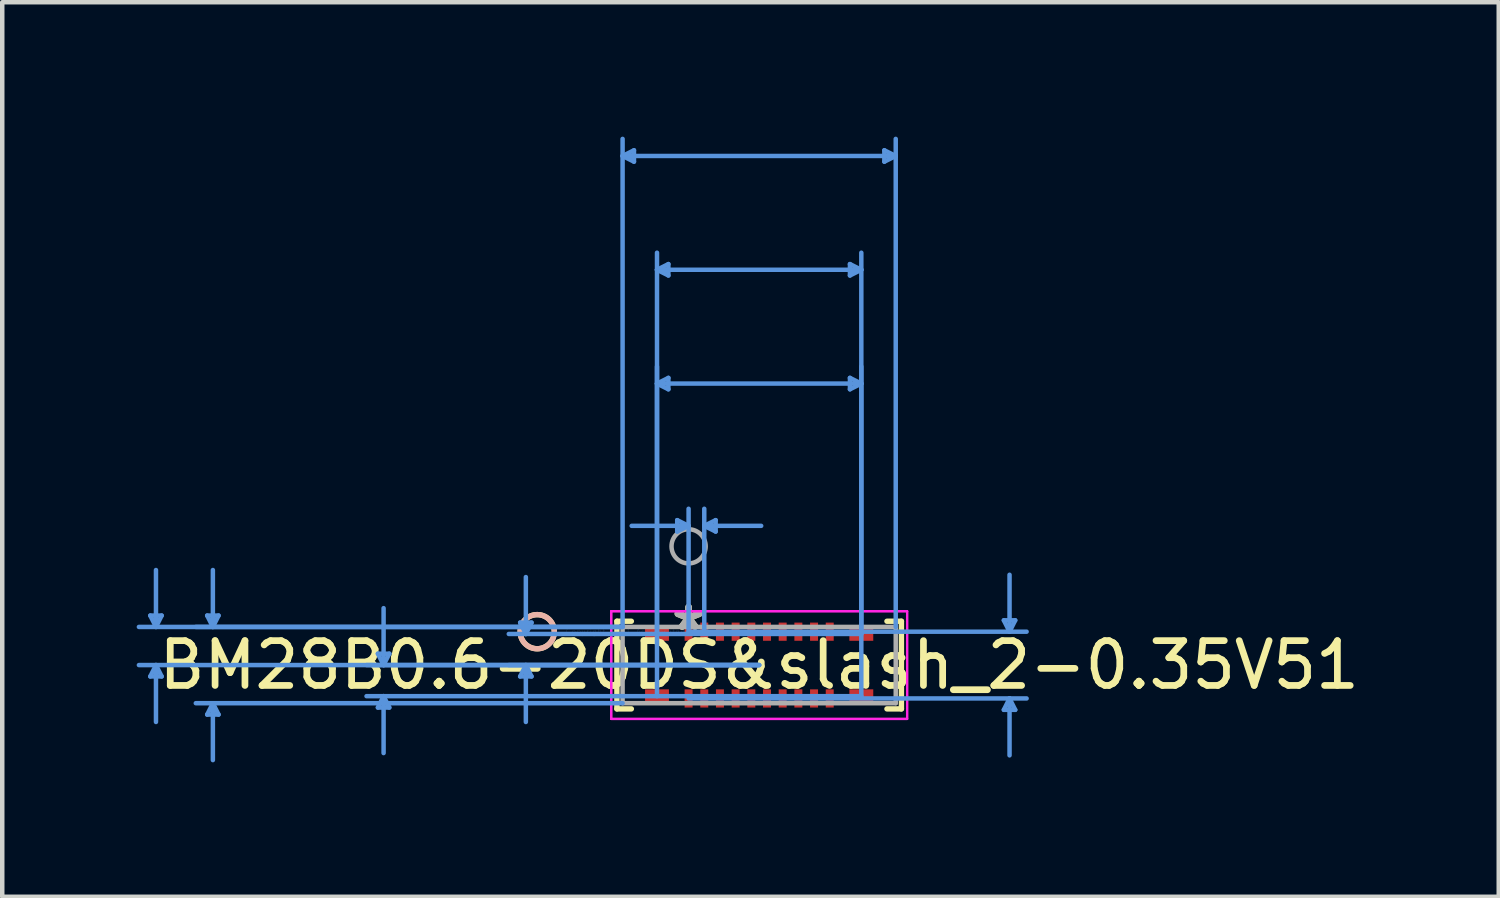
<source format=kicad_pcb>
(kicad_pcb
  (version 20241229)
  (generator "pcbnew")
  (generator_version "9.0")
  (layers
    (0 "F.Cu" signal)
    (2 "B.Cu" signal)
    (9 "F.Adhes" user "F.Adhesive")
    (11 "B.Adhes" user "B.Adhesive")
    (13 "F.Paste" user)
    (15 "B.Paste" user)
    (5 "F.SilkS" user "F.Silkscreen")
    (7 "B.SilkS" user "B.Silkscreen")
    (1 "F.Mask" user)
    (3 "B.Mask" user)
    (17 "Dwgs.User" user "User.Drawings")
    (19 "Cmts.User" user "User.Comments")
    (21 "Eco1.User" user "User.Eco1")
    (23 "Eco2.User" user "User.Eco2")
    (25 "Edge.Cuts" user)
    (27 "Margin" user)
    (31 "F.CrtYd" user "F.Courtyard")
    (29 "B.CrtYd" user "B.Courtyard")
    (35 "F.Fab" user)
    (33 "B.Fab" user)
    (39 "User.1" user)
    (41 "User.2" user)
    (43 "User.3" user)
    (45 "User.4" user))
  (footprint "BM28B0.6-20DS&slash_2-0.35V51"
    (layer "F.Cu")
    (at 12.318 11.048)
    (property "Reference" "BM28B0.6-20DS&slash_2-0.35V51" (at 1.575 0.745 0) (layer "F.SilkS") (effects (font (size 1 1) (thickness 0.15))))
    (attr through_hole)
    (fp_line (start -1.6 -0.233) (end -1.6 1.723) (stroke (width 0.12) (type solid)) (layer "F.SilkS"))
    (fp_line (start -1.6 1.723) (end -1.277 1.723) (stroke (width 0.12) (type solid)) (layer "F.SilkS"))
    (fp_line (start -1.277 -0.233) (end -1.6 -0.233) (stroke (width 0.12) (type solid)) (layer "F.SilkS"))
    (fp_line (start 4.427 1.723) (end 4.75 1.723) (stroke (width 0.12) (type solid)) (layer "F.SilkS"))
    (fp_line (start 4.75 -0.233) (end 4.427 -0.233) (stroke (width 0.12) (type solid)) (layer "F.SilkS"))
    (fp_line (start 4.75 1.723) (end 4.75 -0.233) (stroke (width 0.12) (type solid)) (layer "F.SilkS"))
    (fp_circle (center -3.378 0) (end -2.997 0) (stroke (width 0.12) (type solid)) (fill no) (layer "F.SilkS"))
    (fp_circle (center -3.378 0) (end -2.997 0) (stroke (width 0.12) (type solid)) (fill no) (layer "B.SilkS"))
    (fp_line (start -12.014 -0.36) (end -11.76 -0.36) (stroke (width 0.1) (type solid)) (layer "Cmts.User"))
    (fp_line (start -12.014 0.999) (end -11.76 0.999) (stroke (width 0.1) (type solid)) (layer "Cmts.User"))
    (fp_line (start -11.887 -0.106) (end -12.014 -0.36) (stroke (width 0.1) (type solid)) (layer "Cmts.User"))
    (fp_line (start -11.887 -0.106) (end -11.887 -1.376) (stroke (width 0.1) (type solid)) (layer "Cmts.User"))
    (fp_line (start -11.887 -0.106) (end -11.76 -0.36) (stroke (width 0.1) (type solid)) (layer "Cmts.User"))
    (fp_line (start -11.887 0.745) (end -12.014 0.999) (stroke (width 0.1) (type solid)) (layer "Cmts.User"))
    (fp_line (start -11.887 0.745) (end -11.887 2.015) (stroke (width 0.1) (type solid)) (layer "Cmts.User"))
    (fp_line (start -11.887 0.745) (end -11.76 0.999) (stroke (width 0.1) (type solid)) (layer "Cmts.User"))
    (fp_line (start -10.744 -0.36) (end -10.49 -0.36) (stroke (width 0.1) (type solid)) (layer "Cmts.User"))
    (fp_line (start -10.744 1.85) (end -10.49 1.85) (stroke (width 0.1) (type solid)) (layer "Cmts.User"))
    (fp_line (start -10.617 -0.106) (end -10.744 -0.36) (stroke (width 0.1) (type solid)) (layer "Cmts.User"))
    (fp_line (start -10.617 -0.106) (end -10.617 -1.376) (stroke (width 0.1) (type solid)) (layer "Cmts.User"))
    (fp_line (start -10.617 -0.106) (end -10.49 -0.36) (stroke (width 0.1) (type solid)) (layer "Cmts.User"))
    (fp_line (start -10.617 1.596) (end -10.744 1.85) (stroke (width 0.1) (type solid)) (layer "Cmts.User"))
    (fp_line (start -10.617 1.596) (end -10.617 2.866) (stroke (width 0.1) (type solid)) (layer "Cmts.User"))
    (fp_line (start -10.617 1.596) (end -10.49 1.85) (stroke (width 0.1) (type solid)) (layer "Cmts.User"))
    (fp_line (start -6.934 0.491) (end -6.68 0.491) (stroke (width 0.1) (type solid)) (layer "Cmts.User"))
    (fp_line (start -6.934 1.693) (end -6.68 1.693) (stroke (width 0.1) (type solid)) (layer "Cmts.User"))
    (fp_line (start -6.807 0.745) (end -6.934 0.491) (stroke (width 0.1) (type solid)) (layer "Cmts.User"))
    (fp_line (start -6.807 0.745) (end -6.807 -0.525) (stroke (width 0.1) (type solid)) (layer "Cmts.User"))
    (fp_line (start -6.807 0.745) (end -6.68 0.491) (stroke (width 0.1) (type solid)) (layer "Cmts.User"))
    (fp_line (start -6.807 1.439) (end -6.934 1.693) (stroke (width 0.1) (type solid)) (layer "Cmts.User"))
    (fp_line (start -6.807 1.439) (end -6.807 2.709) (stroke (width 0.1) (type solid)) (layer "Cmts.User"))
    (fp_line (start -6.807 1.439) (end -6.68 1.693) (stroke (width 0.1) (type solid)) (layer "Cmts.User"))
    (fp_line (start -3.759 -0.203) (end -3.505 -0.203) (stroke (width 0.1) (type solid)) (layer "Cmts.User"))
    (fp_line (start -3.759 0.999) (end -3.505 0.999) (stroke (width 0.1) (type solid)) (layer "Cmts.User"))
    (fp_line (start -3.632 0.051) (end -3.759 -0.203) (stroke (width 0.1) (type solid)) (layer "Cmts.User"))
    (fp_line (start -3.632 0.051) (end -3.632 -1.219) (stroke (width 0.1) (type solid)) (layer "Cmts.User"))
    (fp_line (start -3.632 0.051) (end -3.505 -0.203) (stroke (width 0.1) (type solid)) (layer "Cmts.User"))
    (fp_line (start -3.632 0.745) (end -3.759 0.999) (stroke (width 0.1) (type solid)) (layer "Cmts.User"))
    (fp_line (start -3.632 0.745) (end -3.632 2.015) (stroke (width 0.1) (type solid)) (layer "Cmts.User"))
    (fp_line (start -3.632 0.745) (end -3.505 0.999) (stroke (width 0.1) (type solid)) (layer "Cmts.User"))
    (fp_line (start -1.473 -10.617) (end -1.219 -10.744) (stroke (width 0.1) (type solid)) (layer "Cmts.User"))
    (fp_line (start -1.473 -10.617) (end -1.219 -10.49) (stroke (width 0.1) (type solid)) (layer "Cmts.User"))
    (fp_line (start -1.473 -10.617) (end 4.623 -10.617) (stroke (width 0.1) (type solid)) (layer "Cmts.User"))
    (fp_line (start -1.473 -0.106) (end -12.268 -0.106) (stroke (width 0.1) (type solid)) (layer "Cmts.User"))
    (fp_line (start -1.473 -0.106) (end -10.998 -0.106) (stroke (width 0.1) (type solid)) (layer "Cmts.User"))
    (fp_line (start -1.473 -0.106) (end -1.473 -10.998) (stroke (width 0.1) (type solid)) (layer "Cmts.User"))
    (fp_line (start -1.473 1.596) (end -10.998 1.596) (stroke (width 0.1) (type solid)) (layer "Cmts.User"))
    (fp_line (start -1.219 -10.744) (end -1.219 -10.49) (stroke (width 0.1) (type solid)) (layer "Cmts.User"))
    (fp_line (start -0.705 -5.537) (end -0.451 -5.664) (stroke (width 0.1) (type solid)) (layer "Cmts.User"))
    (fp_line (start -0.705 -5.537) (end -0.451 -5.41) (stroke (width 0.1) (type solid)) (layer "Cmts.User"))
    (fp_line (start -0.705 -5.537) (end 3.855 -5.537) (stroke (width 0.1) (type solid)) (layer "Cmts.User"))
    (fp_line (start -0.705 1.439) (end -0.705 -5.918) (stroke (width 0.1) (type solid)) (layer "Cmts.User"))
    (fp_line (start -0.705 -8.077) (end -0.451 -8.204) (stroke (width 0.1) (type solid)) (layer "Cmts.User"))
    (fp_line (start -0.705 -8.077) (end -0.451 -7.95) (stroke (width 0.1) (type solid)) (layer "Cmts.User"))
    (fp_line (start -0.705 -8.077) (end 3.855 -8.077) (stroke (width 0.1) (type solid)) (layer "Cmts.User"))
    (fp_line (start -0.705 0.051) (end -0.705 -8.458) (stroke (width 0.1) (type solid)) (layer "Cmts.User"))
    (fp_line (start -0.451 -5.664) (end -0.451 -5.41) (stroke (width 0.1) (type solid)) (layer "Cmts.User"))
    (fp_line (start -0.451 -8.204) (end -0.451 -7.95) (stroke (width 0.1) (type solid)) (layer "Cmts.User"))
    (fp_line (start -0.254 -2.489) (end -0.254 -2.235) (stroke (width 0.1) (type solid)) (layer "Cmts.User"))
    (fp_line (start 0 -2.362) (end -1.27 -2.362) (stroke (width 0.1) (type solid)) (layer "Cmts.User"))
    (fp_line (start 0 -2.362) (end -0.254 -2.489) (stroke (width 0.1) (type solid)) (layer "Cmts.User"))
    (fp_line (start 0 -2.362) (end -0.254 -2.235) (stroke (width 0.1) (type solid)) (layer "Cmts.User"))
    (fp_line (start 0 0) (end 0 -2.743) (stroke (width 0.1) (type solid)) (layer "Cmts.User"))
    (fp_line (start 0 0) (end 7.544 0) (stroke (width 0.1) (type solid)) (layer "Cmts.User"))
    (fp_line (start 0 1.49) (end 7.544 1.49) (stroke (width 0.1) (type solid)) (layer "Cmts.User"))
    (fp_line (start 0.35 -2.362) (end 0.604 -2.489) (stroke (width 0.1) (type solid)) (layer "Cmts.User"))
    (fp_line (start 0.35 -2.362) (end 0.604 -2.235) (stroke (width 0.1) (type solid)) (layer "Cmts.User"))
    (fp_line (start 0.35 -2.362) (end 1.62 -2.362) (stroke (width 0.1) (type solid)) (layer "Cmts.User"))
    (fp_line (start 0.35 0) (end 0.35 -2.743) (stroke (width 0.1) (type solid)) (layer "Cmts.User"))
    (fp_line (start 0.604 -2.489) (end 0.604 -2.235) (stroke (width 0.1) (type solid)) (layer "Cmts.User"))
    (fp_line (start 1.575 0.745) (end -12.268 0.745) (stroke (width 0.1) (type solid)) (layer "Cmts.User"))
    (fp_line (start 1.575 0.745) (end -7.188 0.745) (stroke (width 0.1) (type solid)) (layer "Cmts.User"))
    (fp_line (start 1.575 0.745) (end -4.013 0.745) (stroke (width 0.1) (type solid)) (layer "Cmts.User"))
    (fp_line (start 3.601 -8.204) (end 3.601 -7.95) (stroke (width 0.1) (type solid)) (layer "Cmts.User"))
    (fp_line (start 3.601 -5.664) (end 3.601 -5.41) (stroke (width 0.1) (type solid)) (layer "Cmts.User"))
    (fp_line (start 3.855 -8.077) (end 3.601 -8.204) (stroke (width 0.1) (type solid)) (layer "Cmts.User"))
    (fp_line (start 3.855 -8.077) (end 3.601 -7.95) (stroke (width 0.1) (type solid)) (layer "Cmts.User"))
    (fp_line (start 3.855 0.051) (end -4.013 0.051) (stroke (width 0.1) (type solid)) (layer "Cmts.User"))
    (fp_line (start 3.855 0.051) (end 3.855 -8.458) (stroke (width 0.1) (type solid)) (layer "Cmts.User"))
    (fp_line (start 3.855 -5.537) (end 3.601 -5.664) (stroke (width 0.1) (type solid)) (layer "Cmts.User"))
    (fp_line (start 3.855 -5.537) (end 3.601 -5.41) (stroke (width 0.1) (type solid)) (layer "Cmts.User"))
    (fp_line (start 3.855 1.439) (end -7.188 1.439) (stroke (width 0.1) (type solid)) (layer "Cmts.User"))
    (fp_line (start 3.855 1.439) (end 3.855 -5.918) (stroke (width 0.1) (type solid)) (layer "Cmts.User"))
    (fp_line (start 4.369 -10.744) (end 4.369 -10.49) (stroke (width 0.1) (type solid)) (layer "Cmts.User"))
    (fp_line (start 4.623 -10.617) (end 4.369 -10.744) (stroke (width 0.1) (type solid)) (layer "Cmts.User"))
    (fp_line (start 4.623 -10.617) (end 4.369 -10.49) (stroke (width 0.1) (type solid)) (layer "Cmts.User"))
    (fp_line (start 4.623 -0.106) (end 4.623 -10.998) (stroke (width 0.1) (type solid)) (layer "Cmts.User"))
    (fp_line (start 7.036 -0.254) (end 7.29 -0.254) (stroke (width 0.1) (type solid)) (layer "Cmts.User"))
    (fp_line (start 7.036 1.744) (end 7.29 1.744) (stroke (width 0.1) (type solid)) (layer "Cmts.User"))
    (fp_line (start 7.163 0) (end 7.036 -0.254) (stroke (width 0.1) (type solid)) (layer "Cmts.User"))
    (fp_line (start 7.163 0) (end 7.163 -1.27) (stroke (width 0.1) (type solid)) (layer "Cmts.User"))
    (fp_line (start 7.163 0) (end 7.29 -0.254) (stroke (width 0.1) (type solid)) (layer "Cmts.User"))
    (fp_line (start 7.163 1.49) (end 7.036 1.744) (stroke (width 0.1) (type solid)) (layer "Cmts.User"))
    (fp_line (start 7.163 1.49) (end 7.163 2.76) (stroke (width 0.1) (type solid)) (layer "Cmts.User"))
    (fp_line (start 7.163 1.49) (end 7.29 1.744) (stroke (width 0.1) (type solid)) (layer "Cmts.User"))
    (fp_line (start -1.727 -0.457) (end -1.727 1.947) (stroke (width 0.05) (type solid)) (layer "F.CrtYd"))
    (fp_line (start -1.727 -0.457) (end -1.727 1.947) (stroke (width 0.05) (type solid)) (layer "F.CrtYd"))
    (fp_line (start -1.727 1.947) (end 4.877 1.947) (stroke (width 0.05) (type solid)) (layer "F.CrtYd"))
    (fp_line (start -1.727 1.947) (end 4.877 1.947) (stroke (width 0.05) (type solid)) (layer "F.CrtYd"))
    (fp_line (start 4.877 -0.457) (end -1.727 -0.457) (stroke (width 0.05) (type solid)) (layer "F.CrtYd"))
    (fp_line (start 4.877 -0.457) (end -1.727 -0.457) (stroke (width 0.05) (type solid)) (layer "F.CrtYd"))
    (fp_line (start 4.877 1.947) (end 4.877 -0.457) (stroke (width 0.05) (type solid)) (layer "F.CrtYd"))
    (fp_line (start 4.877 1.947) (end 4.877 -0.457) (stroke (width 0.05) (type solid)) (layer "F.CrtYd"))
    (fp_line (start -1.473 -0.106) (end -1.473 1.596) (stroke (width 0.1) (type solid)) (layer "F.Fab"))
    (fp_line (start -1.473 1.596) (end 4.623 1.596) (stroke (width 0.1) (type solid)) (layer "F.Fab"))
    (fp_line (start 4.623 -0.106) (end -1.473 -0.106) (stroke (width 0.1) (type solid)) (layer "F.Fab"))
    (fp_line (start 4.623 1.596) (end 4.623 -0.106) (stroke (width 0.1) (type solid)) (layer "F.Fab"))
    (fp_circle (center 0 -1.905) (end 0.381 -1.905) (stroke (width 0.1) (type solid)) (fill no) (layer "F.Fab"))
    (fp_text user "*" (at 0 0 0) (layer "F.SilkS") (effects (font (size 1 1) (thickness 0.15))))
    (fp_text user "Copyright 2021 Accelerated Designs. All rights reserved." (at 0 0 0) (layer "Cmts.User") (effects (font (size 0.127 0.127) (thickness 0.002))))
    (fp_text user "*" (at 0 0 0) (layer "F.Fab") (effects (font (size 1 1) (thickness 0.15))))
    (pad "1" smd rect (at 0 0) (size 0.178 0.406) (layers "F.Cu" "F.Mask" "F.Paste"))
    (pad "2" smd rect (at 0.35 0) (size 0.178 0.406) (layers "F.Cu" "F.Mask" "F.Paste"))
    (pad "3" smd rect (at 0.7 0) (size 0.178 0.406) (layers "F.Cu" "F.Mask" "F.Paste"))
    (pad "4" smd rect (at 1.05 0) (size 0.178 0.406) (layers "F.Cu" "F.Mask" "F.Paste"))
    (pad "5" smd rect (at 1.4 0) (size 0.178 0.406) (layers "F.Cu" "F.Mask" "F.Paste"))
    (pad "6" smd rect (at 1.75 0) (size 0.178 0.406) (layers "F.Cu" "F.Mask" "F.Paste"))
    (pad "7" smd rect (at 2.1 0) (size 0.178 0.406) (layers "F.Cu" "F.Mask" "F.Paste"))
    (pad "8" smd rect (at 2.45 0) (size 0.178 0.406) (layers "F.Cu" "F.Mask" "F.Paste"))
    (pad "9" smd rect (at 2.8 0) (size 0.178 0.406) (layers "F.Cu" "F.Mask" "F.Paste"))
    (pad "10" smd rect (at 3.15 0) (size 0.178 0.406) (layers "F.Cu" "F.Mask" "F.Paste"))
    (pad "11" smd rect (at 0 1.49) (size 0.178 0.406) (layers "F.Cu" "F.Mask" "F.Paste"))
    (pad "12" smd rect (at 0.35 1.49) (size 0.178 0.406) (layers "F.Cu" "F.Mask" "F.Paste"))
    (pad "13" smd rect (at 0.7 1.49) (size 0.178 0.406) (layers "F.Cu" "F.Mask" "F.Paste"))
    (pad "14" smd rect (at 1.05 1.49) (size 0.178 0.406) (layers "F.Cu" "F.Mask" "F.Paste"))
    (pad "15" smd rect (at 1.4 1.49) (size 0.178 0.406) (layers "F.Cu" "F.Mask" "F.Paste"))
    (pad "16" smd rect (at 1.75 1.49) (size 0.178 0.406) (layers "F.Cu" "F.Mask" "F.Paste"))
    (pad "17" smd rect (at 2.1 1.49) (size 0.178 0.406) (layers "F.Cu" "F.Mask" "F.Paste"))
    (pad "18" smd rect (at 2.45 1.49) (size 0.178 0.406) (layers "F.Cu" "F.Mask" "F.Paste"))
    (pad "19" smd rect (at 2.8 1.49) (size 0.178 0.406) (layers "F.Cu" "F.Mask" "F.Paste"))
    (pad "20" smd rect (at 3.15 1.49) (size 0.178 0.406) (layers "F.Cu" "F.Mask" "F.Paste"))
    (pad "21" smd rect (at -0.705 0.051) (size 0.533 0.305) (layers "F.Cu" "F.Mask" "F.Paste"))
    (pad "22" smd rect (at 3.855 0.051) (size 0.533 0.305) (layers "F.Cu" "F.Mask" "F.Paste"))
    (pad "23" smd rect (at -0.705 1.439) (size 0.533 0.305) (layers "F.Cu" "F.Mask" "F.Paste"))
    (pad "24" smd rect (at 3.855 1.439) (size 0.533 0.305) (layers "F.Cu" "F.Mask" "F.Paste")))
  (gr_rect
    (start -3 -3)
    (end 30.399 16.964)
    (stroke (width 0.1) (type default))
    (fill no)
    (layer "Edge.Cuts")))
</source>
